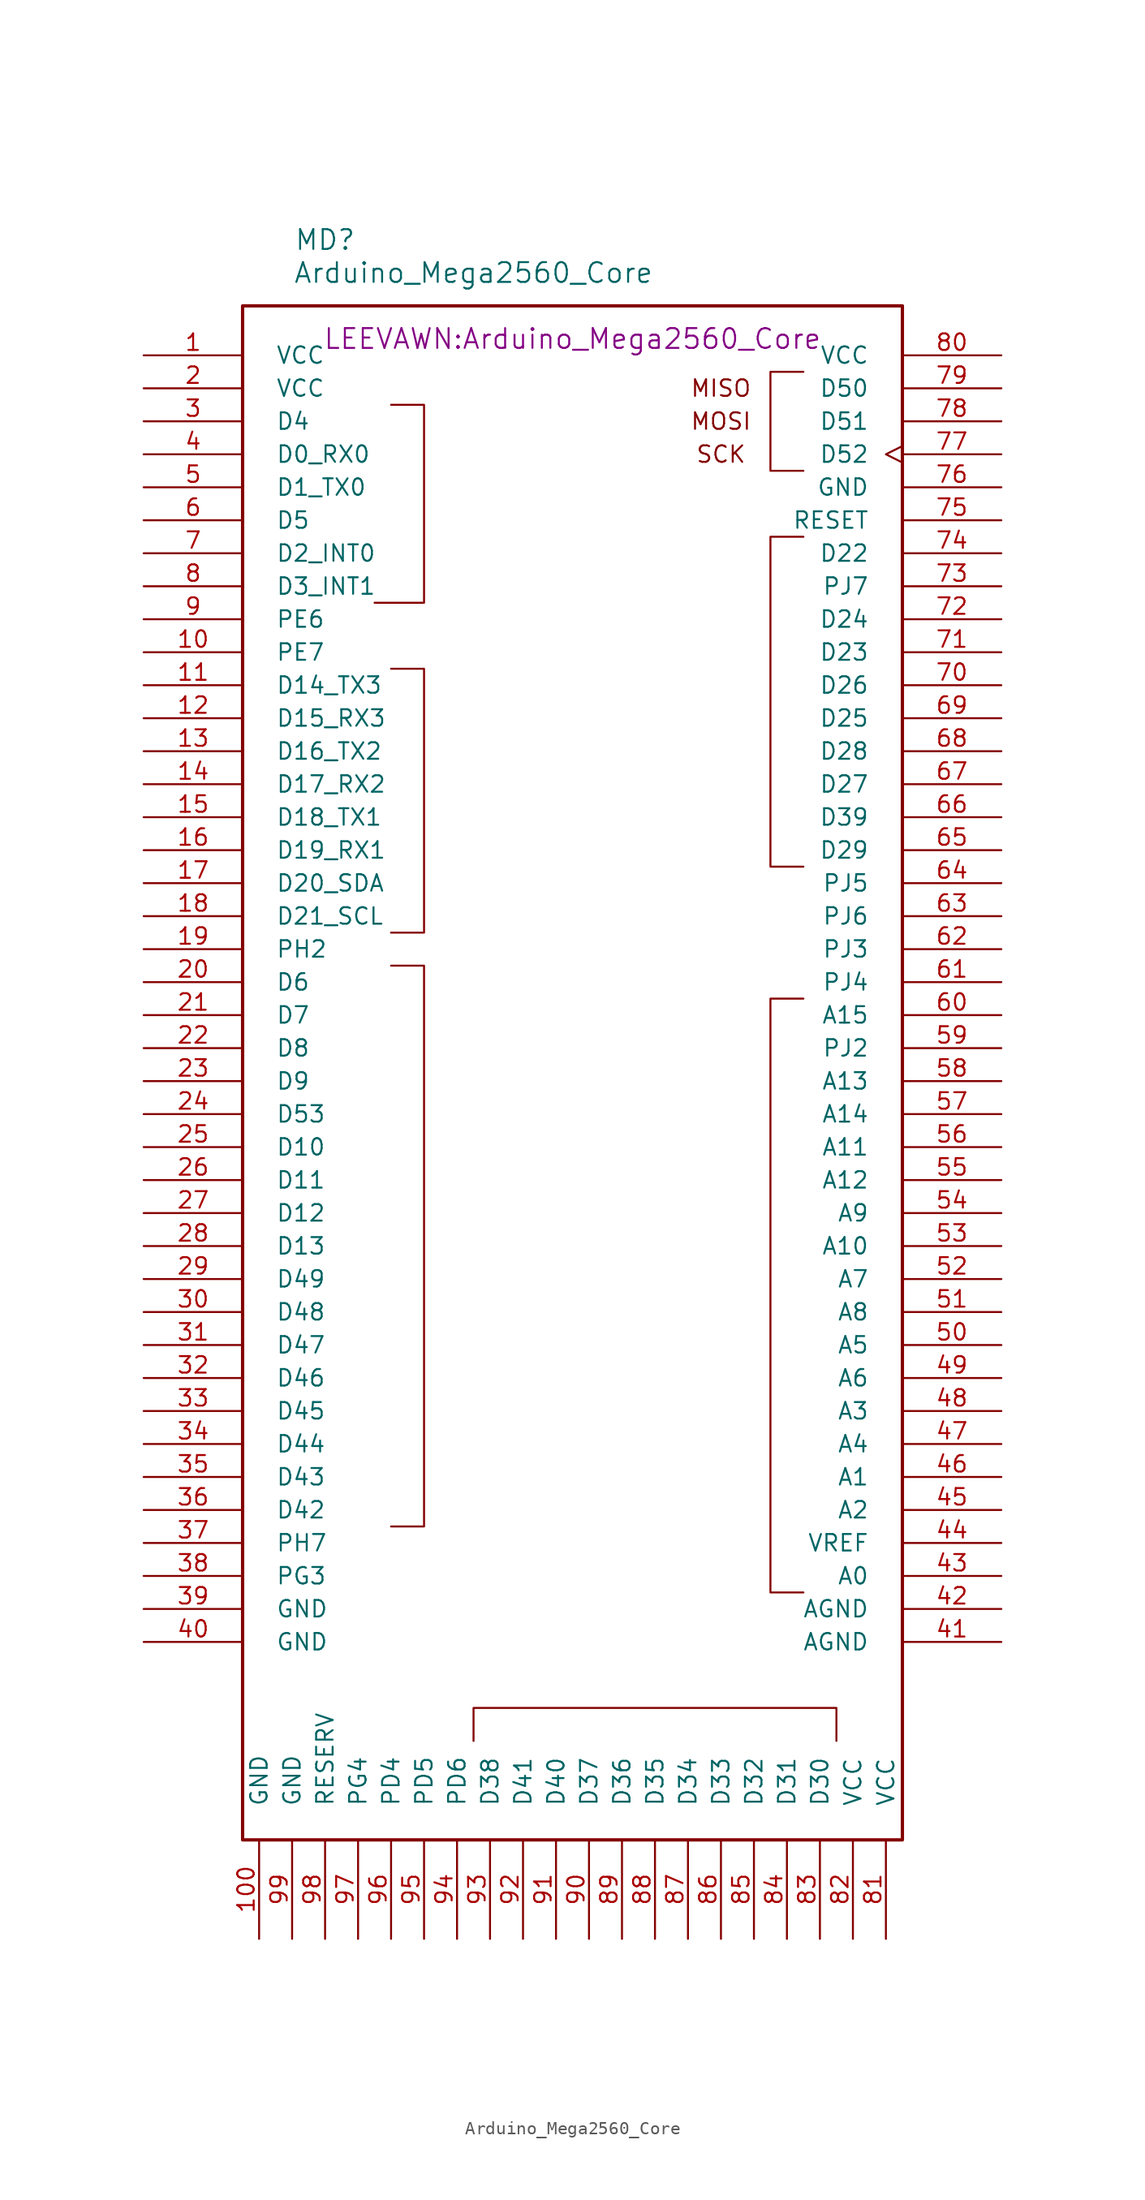
<source format=kicad_sym>
(kicad_symbol_lib
  (version 20220914)
  (generator kicad_symbol_editor)
  (symbol "Arduino_Mega2560_Core"
    (pin_names
      (offset 2.54))
    (property "Reference" "MD"
      (at -19.05 52.07 0)
      (effects (font (size 1.524 1.524))))
    (property "Value" "Arduino_Mega2560_Core"
      (at -7.62 49.53 0)
      (effects (font (size 1.524 1.524))))
    (property "Footprint" "LEEVAWN:Arduino_Mega2560_Core"
      (at 0 44.45 0)
      (effects (font (size 1.524 1.524))))
    (symbol "Arduino_Mega2560_Core_0_0"
      (text "MISO" (at 11.43 40.64 0) (effects (font (size 1.27 1.27))))
      (text "MOSI" (at 11.43 38.1 0) (effects (font (size 1.27 1.27))))
      (text "SCK" (at 11.43 35.56 0) (effects (font (size 1.27 1.27)))))
    (symbol "Arduino_Mega2560_Core_0_1"
      (rectangle (start -25.4 -71.12) (end 25.4 46.99) (stroke (width 0.254) (type default)) (fill (type none)))
      (polyline (pts (xy -13.97 -3.81) (xy -11.43 -3.81) (xy -11.43 -46.99) (xy -13.97 -46.99)) (stroke (width 0) (type default)) (fill (type none)))
      (polyline (pts (xy -13.97 19.05) (xy -11.43 19.05) (xy -11.43 -1.27) (xy -13.97 -1.27)) (stroke (width 0) (type default)) (fill (type none)))
      (polyline (pts (xy -13.97 39.37) (xy -11.43 39.37) (xy -11.43 24.13) (xy -15.24 24.13)) (stroke (width 0) (type default)) (fill (type none)))
      (polyline (pts (xy 17.78 29.21) (xy 15.24 29.21) (xy 15.24 3.81) (xy 17.78 3.81)) (stroke (width 0) (type default)) (fill (type none)))
      (polyline (pts (xy 17.78 41.91) (xy 15.24 41.91) (xy 15.24 34.29) (xy 17.78 34.29)) (stroke (width 0) (type default)) (fill (type none)))
      (polyline (pts (xy 20.32 -63.5) (xy 20.32 -60.96) (xy -7.62 -60.96) (xy -7.62 -63.5)) (stroke (width 0) (type default)) (fill (type none)))
      (polyline (pts (xy 17.78 -6.35) (xy 15.24 -6.35) (xy 15.24 -52.07) (xy 16.51 -52.07) (xy 17.78 -52.07)) (stroke (width 0) (type default)) (fill (type none))))
    (symbol "Arduino_Mega2560_Core_1_1"
      (pin bidirectional line (at -33.02 43.18 0) (length 7.62) (name "VCC" (effects (font (size 1.27 1.27)))) (number "1" (effects (font (size 1.27 1.27)))))
      (pin bidirectional line (at -33.02 20.32 0) (length 7.62) (name "PE7" (effects (font (size 1.27 1.27)))) (number "10" (effects (font (size 1.27 1.27)))))
      (pin bidirectional line (at -24.13 -78.74 90) (length 7.62) (name "GND" (effects (font (size 1.27 1.27)))) (number "100" (effects (font (size 1.27 1.27)))))
      (pin bidirectional line (at -33.02 17.78 0) (length 7.62) (name "D14_TX3" (effects (font (size 1.27 1.27)))) (number "11" (effects (font (size 1.27 1.27)))))
      (pin bidirectional line (at -33.02 15.24 0) (length 7.62) (name "D15_RX3" (effects (font (size 1.27 1.27)))) (number "12" (effects (font (size 1.27 1.27)))))
      (pin bidirectional line (at -33.02 12.7 0) (length 7.62) (name "D16_TX2" (effects (font (size 1.27 1.27)))) (number "13" (effects (font (size 1.27 1.27)))))
      (pin bidirectional line (at -33.02 10.16 0) (length 7.62) (name "D17_RX2" (effects (font (size 1.27 1.27)))) (number "14" (effects (font (size 1.27 1.27)))))
      (pin bidirectional line (at -33.02 7.62 0) (length 7.62) (name "D18_TX1" (effects (font (size 1.27 1.27)))) (number "15" (effects (font (size 1.27 1.27)))))
      (pin bidirectional line (at -33.02 5.08 0) (length 7.62) (name "D19_RX1" (effects (font (size 1.27 1.27)))) (number "16" (effects (font (size 1.27 1.27)))))
      (pin bidirectional line (at -33.02 2.54 0) (length 7.62) (name "D20_SDA" (effects (font (size 1.27 1.27)))) (number "17" (effects (font (size 1.27 1.27)))))
      (pin bidirectional line (at -33.02 0 0) (length 7.62) (name "D21_SCL" (effects (font (size 1.27 1.27)))) (number "18" (effects (font (size 1.27 1.27)))))
      (pin bidirectional line (at -33.02 -2.54 0) (length 7.62) (name "PH2" (effects (font (size 1.27 1.27)))) (number "19" (effects (font (size 1.27 1.27)))))
      (pin bidirectional line (at -33.02 40.64 0) (length 7.62) (name "VCC" (effects (font (size 1.27 1.27)))) (number "2" (effects (font (size 1.27 1.27)))))
      (pin bidirectional line (at -33.02 -5.08 0) (length 7.62) (name "D6" (effects (font (size 1.27 1.27)))) (number "20" (effects (font (size 1.27 1.27)))))
      (pin bidirectional line (at -33.02 -7.62 0) (length 7.62) (name "D7" (effects (font (size 1.27 1.27)))) (number "21" (effects (font (size 1.27 1.27)))))
      (pin bidirectional line (at -33.02 -10.16 0) (length 7.62) (name "D8" (effects (font (size 1.27 1.27)))) (number "22" (effects (font (size 1.27 1.27)))))
      (pin bidirectional line (at -33.02 -12.7 0) (length 7.62) (name "D9" (effects (font (size 1.27 1.27)))) (number "23" (effects (font (size 1.27 1.27)))))
      (pin bidirectional line (at -33.02 -15.24 0) (length 7.62) (name "D53" (effects (font (size 1.27 1.27)))) (number "24" (effects (font (size 1.27 1.27)))))
      (pin bidirectional line (at -33.02 -17.78 0) (length 7.62) (name "D10" (effects (font (size 1.27 1.27)))) (number "25" (effects (font (size 1.27 1.27)))))
      (pin bidirectional line (at -33.02 -20.32 0) (length 7.62) (name "D11" (effects (font (size 1.27 1.27)))) (number "26" (effects (font (size 1.27 1.27)))))
      (pin bidirectional line (at -33.02 -22.86 0) (length 7.62) (name "D12" (effects (font (size 1.27 1.27)))) (number "27" (effects (font (size 1.27 1.27)))))
      (pin bidirectional line (at -33.02 -25.4 0) (length 7.62) (name "D13" (effects (font (size 1.27 1.27)))) (number "28" (effects (font (size 1.27 1.27)))))
      (pin bidirectional line (at -33.02 -27.94 0) (length 7.62) (name "D49" (effects (font (size 1.27 1.27)))) (number "29" (effects (font (size 1.27 1.27)))))
      (pin bidirectional line (at -33.02 38.1 0) (length 7.62) (name "D4" (effects (font (size 1.27 1.27)))) (number "3" (effects (font (size 1.27 1.27)))))
      (pin bidirectional line (at -33.02 -30.48 0) (length 7.62) (name "D48" (effects (font (size 1.27 1.27)))) (number "30" (effects (font (size 1.27 1.27)))))
      (pin bidirectional line (at -33.02 -33.02 0) (length 7.62) (name "D47" (effects (font (size 1.27 1.27)))) (number "31" (effects (font (size 1.27 1.27)))))
      (pin bidirectional line (at -33.02 -35.56 0) (length 7.62) (name "D46" (effects (font (size 1.27 1.27)))) (number "32" (effects (font (size 1.27 1.27)))))
      (pin bidirectional line (at -33.02 -38.1 0) (length 7.62) (name "D45" (effects (font (size 1.27 1.27)))) (number "33" (effects (font (size 1.27 1.27)))))
      (pin bidirectional line (at -33.02 -40.64 0) (length 7.62) (name "D44" (effects (font (size 1.27 1.27)))) (number "34" (effects (font (size 1.27 1.27)))))
      (pin bidirectional line (at -33.02 -43.18 0) (length 7.62) (name "D43" (effects (font (size 1.27 1.27)))) (number "35" (effects (font (size 1.27 1.27)))))
      (pin bidirectional line (at -33.02 -45.72 0) (length 7.62) (name "D42" (effects (font (size 1.27 1.27)))) (number "36" (effects (font (size 1.27 1.27)))))
      (pin bidirectional line (at -33.02 -48.26 0) (length 7.62) (name "PH7" (effects (font (size 1.27 1.27)))) (number "37" (effects (font (size 1.27 1.27)))))
      (pin bidirectional line (at -33.02 -50.8 0) (length 7.62) (name "PG3" (effects (font (size 1.27 1.27)))) (number "38" (effects (font (size 1.27 1.27)))))
      (pin bidirectional line (at -33.02 -53.34 0) (length 7.62) (name "GND" (effects (font (size 1.27 1.27)))) (number "39" (effects (font (size 1.27 1.27)))))
      (pin bidirectional line (at -33.02 35.56 0) (length 7.62) (name "D0_RX0" (effects (font (size 1.27 1.27)))) (number "4" (effects (font (size 1.27 1.27)))))
      (pin bidirectional line (at -33.02 -55.88 0) (length 7.62) (name "GND" (effects (font (size 1.27 1.27)))) (number "40" (effects (font (size 1.27 1.27)))))
      (pin bidirectional line (at 33.02 -55.88 180) (length 7.62) (name "AGND" (effects (font (size 1.27 1.27)))) (number "41" (effects (font (size 1.27 1.27)))))
      (pin bidirectional line (at 33.02 -53.34 180) (length 7.62) (name "AGND" (effects (font (size 1.27 1.27)))) (number "42" (effects (font (size 1.27 1.27)))))
      (pin bidirectional line (at 33.02 -50.8 180) (length 7.62) (name "A0" (effects (font (size 1.27 1.27)))) (number "43" (effects (font (size 1.27 1.27)))))
      (pin bidirectional line (at 33.02 -48.26 180) (length 7.62) (name "VREF" (effects (font (size 1.27 1.27)))) (number "44" (effects (font (size 1.27 1.27)))))
      (pin bidirectional line (at 33.02 -45.72 180) (length 7.62) (name "A2" (effects (font (size 1.27 1.27)))) (number "45" (effects (font (size 1.27 1.27)))))
      (pin bidirectional line (at 33.02 -43.18 180) (length 7.62) (name "A1" (effects (font (size 1.27 1.27)))) (number "46" (effects (font (size 1.27 1.27)))))
      (pin bidirectional line (at 33.02 -40.64 180) (length 7.62) (name "A4" (effects (font (size 1.27 1.27)))) (number "47" (effects (font (size 1.27 1.27)))))
      (pin bidirectional line (at 33.02 -38.1 180) (length 7.62) (name "A3" (effects (font (size 1.27 1.27)))) (number "48" (effects (font (size 1.27 1.27)))))
      (pin bidirectional line (at 33.02 -35.56 180) (length 7.62) (name "A6" (effects (font (size 1.27 1.27)))) (number "49" (effects (font (size 1.27 1.27)))))
      (pin bidirectional line (at -33.02 33.02 0) (length 7.62) (name "D1_TX0" (effects (font (size 1.27 1.27)))) (number "5" (effects (font (size 1.27 1.27)))))
      (pin bidirectional line (at 33.02 -33.02 180) (length 7.62) (name "A5" (effects (font (size 1.27 1.27)))) (number "50" (effects (font (size 1.27 1.27)))))
      (pin bidirectional line (at 33.02 -30.48 180) (length 7.62) (name "A8" (effects (font (size 1.27 1.27)))) (number "51" (effects (font (size 1.27 1.27)))))
      (pin bidirectional line (at 33.02 -27.94 180) (length 7.62) (name "A7" (effects (font (size 1.27 1.27)))) (number "52" (effects (font (size 1.27 1.27)))))
      (pin bidirectional line (at 33.02 -25.4 180) (length 7.62) (name "A10" (effects (font (size 1.27 1.27)))) (number "53" (effects (font (size 1.27 1.27)))))
      (pin bidirectional line (at 33.02 -22.86 180) (length 7.62) (name "A9" (effects (font (size 1.27 1.27)))) (number "54" (effects (font (size 1.27 1.27)))))
      (pin bidirectional line (at 33.02 -20.32 180) (length 7.62) (name "A12" (effects (font (size 1.27 1.27)))) (number "55" (effects (font (size 1.27 1.27)))))
      (pin bidirectional line (at 33.02 -17.78 180) (length 7.62) (name "A11" (effects (font (size 1.27 1.27)))) (number "56" (effects (font (size 1.27 1.27)))))
      (pin bidirectional line (at 33.02 -15.24 180) (length 7.62) (name "A14" (effects (font (size 1.27 1.27)))) (number "57" (effects (font (size 1.27 1.27)))))
      (pin bidirectional line (at 33.02 -12.7 180) (length 7.62) (name "A13" (effects (font (size 1.27 1.27)))) (number "58" (effects (font (size 1.27 1.27)))))
      (pin bidirectional line (at 33.02 -10.16 180) (length 7.62) (name "PJ2" (effects (font (size 1.27 1.27)))) (number "59" (effects (font (size 1.27 1.27)))))
      (pin bidirectional line (at -33.02 30.48 0) (length 7.62) (name "D5" (effects (font (size 1.27 1.27)))) (number "6" (effects (font (size 1.27 1.27)))))
      (pin bidirectional line (at 33.02 -7.62 180) (length 7.62) (name "A15" (effects (font (size 1.27 1.27)))) (number "60" (effects (font (size 1.27 1.27)))))
      (pin bidirectional line (at 33.02 -5.08 180) (length 7.62) (name "PJ4" (effects (font (size 1.27 1.27)))) (number "61" (effects (font (size 1.27 1.27)))))
      (pin bidirectional line (at 33.02 -2.54 180) (length 7.62) (name "PJ3" (effects (font (size 1.27 1.27)))) (number "62" (effects (font (size 1.27 1.27)))))
      (pin bidirectional line (at 33.02 0 180) (length 7.62) (name "PJ6" (effects (font (size 1.27 1.27)))) (number "63" (effects (font (size 1.27 1.27)))))
      (pin bidirectional line (at 33.02 2.54 180) (length 7.62) (name "PJ5" (effects (font (size 1.27 1.27)))) (number "64" (effects (font (size 1.27 1.27)))))
      (pin bidirectional line (at 33.02 5.08 180) (length 7.62) (name "D29" (effects (font (size 1.27 1.27)))) (number "65" (effects (font (size 1.27 1.27)))))
      (pin bidirectional line (at 33.02 7.62 180) (length 7.62) (name "D39" (effects (font (size 1.27 1.27)))) (number "66" (effects (font (size 1.27 1.27)))))
      (pin bidirectional line (at 33.02 10.16 180) (length 7.62) (name "D27" (effects (font (size 1.27 1.27)))) (number "67" (effects (font (size 1.27 1.27)))))
      (pin bidirectional line (at 33.02 12.7 180) (length 7.62) (name "D28" (effects (font (size 1.27 1.27)))) (number "68" (effects (font (size 1.27 1.27)))))
      (pin bidirectional line (at 33.02 15.24 180) (length 7.62) (name "D25" (effects (font (size 1.27 1.27)))) (number "69" (effects (font (size 1.27 1.27)))))
      (pin bidirectional line (at -33.02 27.94 0) (length 7.62) (name "D2_INT0" (effects (font (size 1.27 1.27)))) (number "7" (effects (font (size 1.27 1.27)))))
      (pin bidirectional line (at 33.02 17.78 180) (length 7.62) (name "D26" (effects (font (size 1.27 1.27)))) (number "70" (effects (font (size 1.27 1.27)))))
      (pin bidirectional line (at 33.02 20.32 180) (length 7.62) (name "D23" (effects (font (size 1.27 1.27)))) (number "71" (effects (font (size 1.27 1.27)))))
      (pin bidirectional line (at 33.02 22.86 180) (length 7.62) (name "D24" (effects (font (size 1.27 1.27)))) (number "72" (effects (font (size 1.27 1.27)))))
      (pin bidirectional line (at 33.02 25.4 180) (length 7.62) (name "PJ7" (effects (font (size 1.27 1.27)))) (number "73" (effects (font (size 1.27 1.27)))))
      (pin bidirectional line (at 33.02 27.94 180) (length 7.62) (name "D22" (effects (font (size 1.27 1.27)))) (number "74" (effects (font (size 1.27 1.27)))))
      (pin bidirectional line (at 33.02 30.48 180) (length 7.62) (name "RESET" (effects (font (size 1.27 1.27)))) (number "75" (effects (font (size 1.27 1.27)))))
      (pin bidirectional line (at 33.02 33.02 180) (length 7.62) (name "GND" (effects (font (size 1.27 1.27)))) (number "76" (effects (font (size 1.27 1.27)))))
      (pin bidirectional clock (at 33.02 35.56 180) (length 7.62) (name "D52" (effects (font (size 1.27 1.27)))) (number "77" (effects (font (size 1.27 1.27)))))
      (pin bidirectional line (at 33.02 38.1 180) (length 7.62) (name "D51" (effects (font (size 1.27 1.27)))) (number "78" (effects (font (size 1.27 1.27)))))
      (pin bidirectional line (at 33.02 40.64 180) (length 7.62) (name "D50" (effects (font (size 1.27 1.27)))) (number "79" (effects (font (size 1.27 1.27)))))
      (pin bidirectional line (at -33.02 25.4 0) (length 7.62) (name "D3_INT1" (effects (font (size 1.27 1.27)))) (number "8" (effects (font (size 1.27 1.27)))))
      (pin bidirectional line (at 33.02 43.18 180) (length 7.62) (name "VCC" (effects (font (size 1.27 1.27)))) (number "80" (effects (font (size 1.27 1.27)))))
      (pin bidirectional line (at 24.13 -78.74 90) (length 7.62) (name "VCC" (effects (font (size 1.27 1.27)))) (number "81" (effects (font (size 1.27 1.27)))))
      (pin bidirectional line (at 21.59 -78.74 90) (length 7.62) (name "VCC" (effects (font (size 1.27 1.27)))) (number "82" (effects (font (size 1.27 1.27)))))
      (pin bidirectional line (at 19.05 -78.74 90) (length 7.62) (name "D30" (effects (font (size 1.27 1.27)))) (number "83" (effects (font (size 1.27 1.27)))))
      (pin bidirectional line (at 16.51 -78.74 90) (length 7.62) (name "D31" (effects (font (size 1.27 1.27)))) (number "84" (effects (font (size 1.27 1.27)))))
      (pin bidirectional line (at 13.97 -78.74 90) (length 7.62) (name "D32" (effects (font (size 1.27 1.27)))) (number "85" (effects (font (size 1.27 1.27)))))
      (pin bidirectional line (at 11.43 -78.74 90) (length 7.62) (name "D33" (effects (font (size 1.27 1.27)))) (number "86" (effects (font (size 1.27 1.27)))))
      (pin bidirectional line (at 8.89 -78.74 90) (length 7.62) (name "D34" (effects (font (size 1.27 1.27)))) (number "87" (effects (font (size 1.27 1.27)))))
      (pin bidirectional line (at 6.35 -78.74 90) (length 7.62) (name "D35" (effects (font (size 1.27 1.27)))) (number "88" (effects (font (size 1.27 1.27)))))
      (pin bidirectional line (at 3.81 -78.74 90) (length 7.62) (name "D36" (effects (font (size 1.27 1.27)))) (number "89" (effects (font (size 1.27 1.27)))))
      (pin bidirectional line (at -33.02 22.86 0) (length 7.62) (name "PE6" (effects (font (size 1.27 1.27)))) (number "9" (effects (font (size 1.27 1.27)))))
      (pin bidirectional line (at 1.27 -78.74 90) (length 7.62) (name "D37" (effects (font (size 1.27 1.27)))) (number "90" (effects (font (size 1.27 1.27)))))
      (pin bidirectional line (at -1.27 -78.74 90) (length 7.62) (name "D40" (effects (font (size 1.27 1.27)))) (number "91" (effects (font (size 1.27 1.27)))))
      (pin bidirectional line (at -3.81 -78.74 90) (length 7.62) (name "D41" (effects (font (size 1.27 1.27)))) (number "92" (effects (font (size 1.27 1.27)))))
      (pin bidirectional line (at -6.35 -78.74 90) (length 7.62) (name "D38" (effects (font (size 1.27 1.27)))) (number "93" (effects (font (size 1.27 1.27)))))
      (pin bidirectional line (at -8.89 -78.74 90) (length 7.62) (name "PD6" (effects (font (size 1.27 1.27)))) (number "94" (effects (font (size 1.27 1.27)))))
      (pin bidirectional line (at -11.43 -78.74 90) (length 7.62) (name "PD5" (effects (font (size 1.27 1.27)))) (number "95" (effects (font (size 1.27 1.27)))))
      (pin bidirectional line (at -13.97 -78.74 90) (length 7.62) (name "PD4" (effects (font (size 1.27 1.27)))) (number "96" (effects (font (size 1.27 1.27)))))
      (pin bidirectional line (at -16.51 -78.74 90) (length 7.62) (name "PG4" (effects (font (size 1.27 1.27)))) (number "97" (effects (font (size 1.27 1.27)))))
      (pin bidirectional line (at -19.05 -78.74 90) (length 7.62) (name "RESERV" (effects (font (size 1.27 1.27)))) (number "98" (effects (font (size 1.27 1.27)))))
      (pin bidirectional line (at -21.59 -78.74 90) (length 7.62) (name "GND" (effects (font (size 1.27 1.27)))) (number "99" (effects (font (size 1.27 1.27))))))))
</source>
